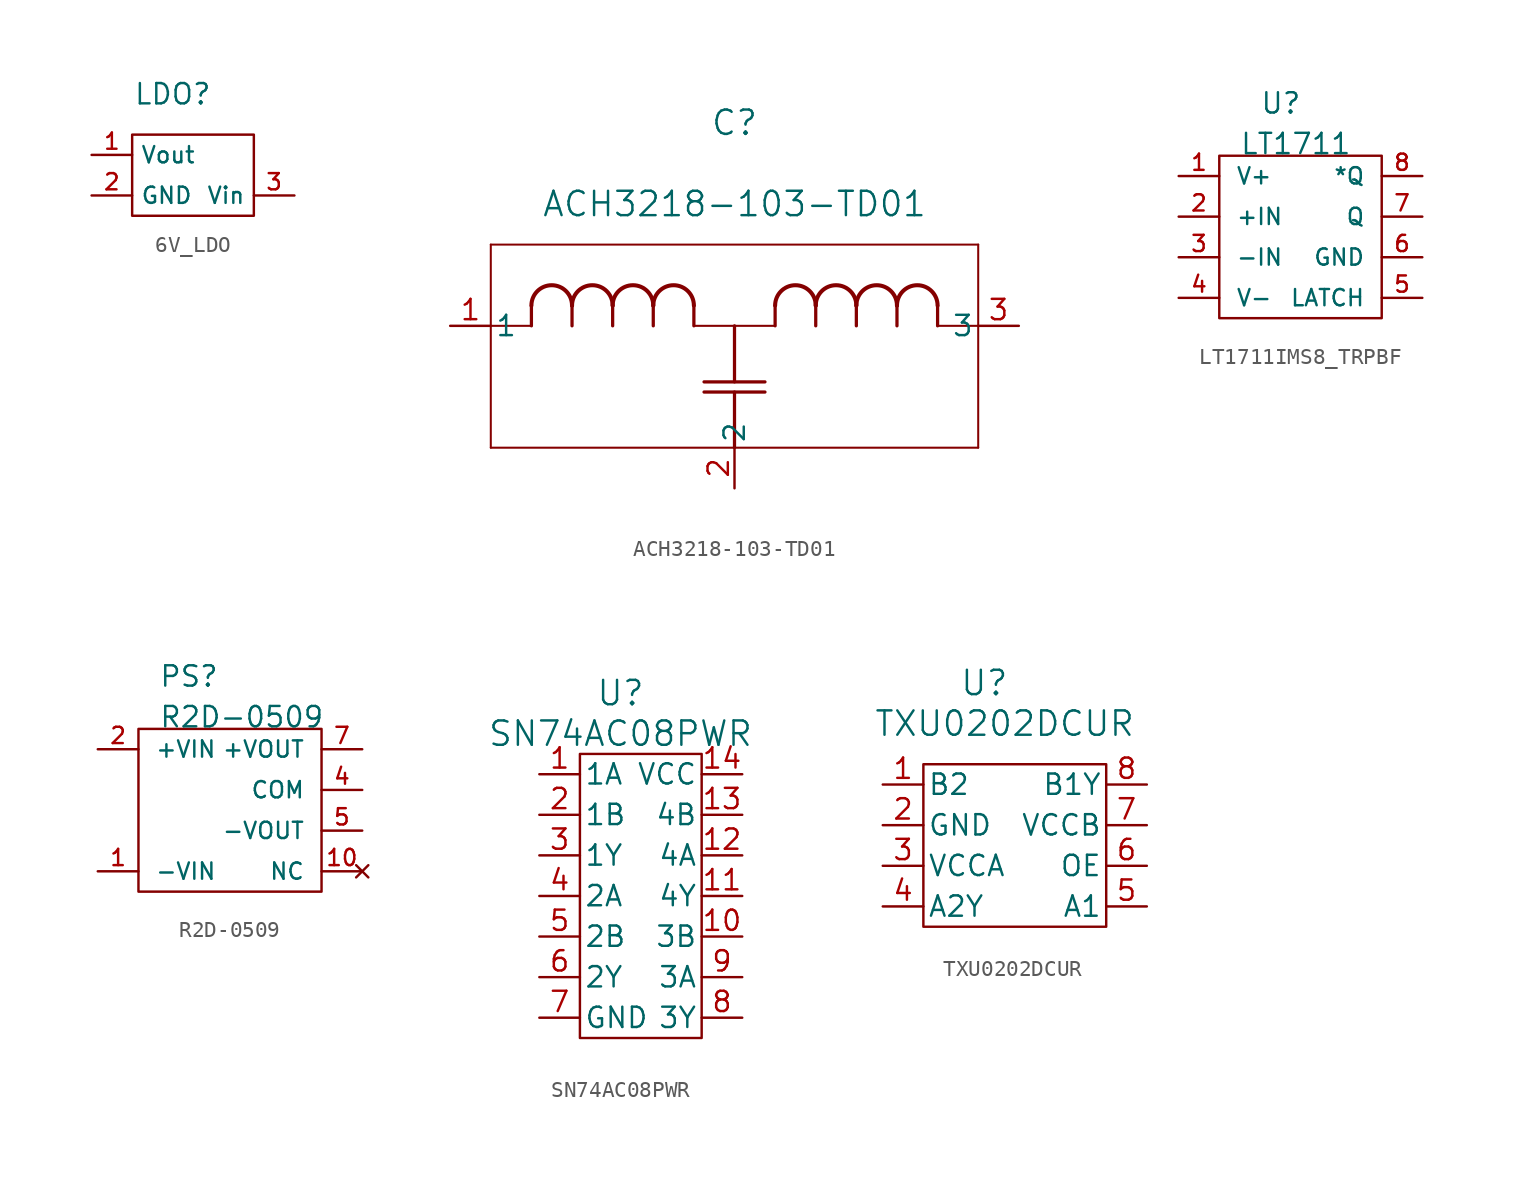
<source format=kicad_sym>
(kicad_symbol_lib
  (version 20220914)
  (generator kicad_symbol_editor)
  (symbol "6V_LDO"
    (property "Reference" "LDO"
      (at 2.54 1.27 0)
      (effects (font (size 1.27 1.27))))
    (property "Value" ""
      (at 0 0 0)
      (effects (font (size 1.27 1.27))))
    (symbol "6V_LDO_0_1"
      (rectangle (start 0 -1.27) (end 7.62 -6.35) (stroke (width 0) (type default)) (fill (type none))))
    (symbol "6V_LDO_1_0"
      (pin power_in line (at -2.54 -2.54 0) (length 2.54) (name "Vout" (effects (font (size 1.016 1.016)))) (number "1" (effects (font (size 1.016 1.016)))))
      (pin power_in line (at -2.54 -5.08 0) (length 2.54) (name "GND" (effects (font (size 1.016 1.016)))) (number "2" (effects (font (size 1.016 1.016)))))
      (pin power_in line (at 10.16 -5.08 180) (length 2.54) (name "Vin" (effects (font (size 1.016 1.016)))) (number "3" (effects (font (size 1.016 1.016)))))))
  (symbol "ACH3218-103-TD01"
    (pin_names
      (offset 0.254))
    (property "Reference" "C"
      (at 7.62 12.7 0)
      (effects (font (size 1.524 1.524))))
    (property "Value" "ACH3218-103-TD01"
      (at 7.62 7.62 0)
      (effects (font (size 1.524 1.524))))
    (property "ki_locked" ""
      (at 0 0 0)
      (effects (font (size 1.27 1.27))))
    (symbol "ACH3218-103-TD01_0_1"
      (arc (start -2.54 1.27) (mid -3.81 2.5345) (end -5.08 1.27) (stroke (width 0.254) (type default)) (fill (type none)))
      (polyline (pts (xy -7.62 -7.62) (xy -7.62 5.08)) (stroke (width 0.127) (type default)) (fill (type none)))
      (polyline (pts (xy -7.62 -7.62) (xy 22.86 -7.62)) (stroke (width 0.127) (type default)) (fill (type none)))
      (polyline (pts (xy -7.62 0) (xy -5.08 0)) (stroke (width 0.127) (type default)) (fill (type none)))
      (polyline (pts (xy -7.62 5.08) (xy 22.86 5.08)) (stroke (width 0.127) (type default)) (fill (type none)))
      (polyline (pts (xy -5.08 0) (xy -5.08 1.27)) (stroke (width 0.203) (type default)) (fill (type none)))
      (polyline (pts (xy -2.54 0) (xy -2.54 1.27)) (stroke (width 0.203) (type default)) (fill (type none)))
      (polyline (pts (xy 0 0) (xy 0 1.27)) (stroke (width 0.203) (type default)) (fill (type none)))
      (polyline (pts (xy 2.54 0) (xy 2.54 1.27)) (stroke (width 0.203) (type default)) (fill (type none)))
      (polyline (pts (xy 5.08 0) (xy 5.08 1.27)) (stroke (width 0.203) (type default)) (fill (type none)))
      (polyline (pts (xy 5.08 0) (xy 7.62 0)) (stroke (width 0.127) (type default)) (fill (type none)))
      (polyline (pts (xy 7.62 -7.62) (xy 7.62 -4.14)) (stroke (width 0.203) (type default)) (fill (type none)))
      (polyline (pts (xy 7.62 -3.505) (xy 7.62 0)) (stroke (width 0.203) (type default)) (fill (type none)))
      (polyline (pts (xy 7.62 0) (xy 10.16 0)) (stroke (width 0.127) (type default)) (fill (type none)))
      (polyline (pts (xy 9.525 -4.14) (xy 5.715 -4.14)) (stroke (width 0.203) (type default)) (fill (type none)))
      (polyline (pts (xy 9.525 -3.505) (xy 5.715 -3.505)) (stroke (width 0.203) (type default)) (fill (type none)))
      (polyline (pts (xy 10.16 0) (xy 10.16 1.27)) (stroke (width 0.203) (type default)) (fill (type none)))
      (polyline (pts (xy 12.7 0) (xy 12.7 1.27)) (stroke (width 0.203) (type default)) (fill (type none)))
      (polyline (pts (xy 15.24 0) (xy 15.24 1.27)) (stroke (width 0.203) (type default)) (fill (type none)))
      (polyline (pts (xy 17.78 0) (xy 17.78 1.27)) (stroke (width 0.203) (type default)) (fill (type none)))
      (polyline (pts (xy 20.32 0) (xy 20.32 1.27)) (stroke (width 0.203) (type default)) (fill (type none)))
      (polyline (pts (xy 20.32 0) (xy 22.86 0)) (stroke (width 0.127) (type default)) (fill (type none)))
      (polyline (pts (xy 22.86 5.08) (xy 22.86 -7.62)) (stroke (width 0.127) (type default)) (fill (type none)))
      (arc (start 0 1.27) (mid -1.27 2.5345) (end -2.54 1.27) (stroke (width 0.254) (type default)) (fill (type none)))
      (arc (start 2.54 1.27) (mid 1.27 2.5345) (end 0 1.27) (stroke (width 0.254) (type default)) (fill (type none)))
      (arc (start 5.08 1.27) (mid 3.81 2.5345) (end 2.54 1.27) (stroke (width 0.254) (type default)) (fill (type none)))
      (arc (start 12.7 1.27) (mid 11.43 2.5345) (end 10.16 1.27) (stroke (width 0.254) (type default)) (fill (type none)))
      (arc (start 15.24 1.27) (mid 13.97 2.5345) (end 12.7 1.27) (stroke (width 0.254) (type default)) (fill (type none)))
      (arc (start 17.78 1.27) (mid 16.51 2.5345) (end 15.24 1.27) (stroke (width 0.254) (type default)) (fill (type none)))
      (arc (start 20.32 1.27) (mid 19.05 2.5345) (end 17.78 1.27) (stroke (width 0.254) (type default)) (fill (type none)))
      (pin unspecified line (at -10.16 0 0) (length 2.54) (name "1" (effects (font (size 1.27 1.27)))) (number "1" (effects (font (size 1.27 1.27))))))
    (symbol "ACH3218-103-TD01_1_1"
      (pin input line (at 7.62 -10.16 90) (length 2.54) (name "2" (effects (font (size 1.27 1.27)))) (number "2" (effects (font (size 1.27 1.27)))))
      (pin input line (at 25.4 0 180) (length 2.54) (name "3" (effects (font (size 1.27 1.27)))) (number "3" (effects (font (size 1.27 1.27)))))))
  (symbol "LT1711IMS8_TRPBF"
    (pin_names
      (offset 1.016))
    (property "Reference" "U"
      (at 10.16 3.81 0)
      (effects (font (size 1.27 1.27)) (justify left bottom)))
    (property "Value" "LT1711"
      (at 8.89 1.27 0)
      (effects (font (size 1.27 1.27)) (justify left bottom)))
    (symbol "LT1711IMS8_TRPBF_0_1"
      (rectangle (start 7.62 1.27) (end 17.78 -8.89) (stroke (width 0) (type default)) (fill (type none))))
    (symbol "LT1711IMS8_TRPBF_1_0"
      (pin power_in line (at 5.08 0 0) (length 2.54) (name "V+" (effects (font (size 1.016 1.016)))) (number "1" (effects (font (size 1.016 1.016)))))
      (pin input line (at 5.08 -2.54 0) (length 2.54) (name "+IN" (effects (font (size 1.016 1.016)))) (number "2" (effects (font (size 1.016 1.016)))))
      (pin input line (at 5.08 -5.08 0) (length 2.54) (name "-IN" (effects (font (size 1.016 1.016)))) (number "3" (effects (font (size 1.016 1.016)))))
      (pin power_in line (at 5.08 -7.62 0) (length 2.54) (name "V-" (effects (font (size 1.016 1.016)))) (number "4" (effects (font (size 1.016 1.016)))))
      (pin input line (at 20.32 -7.62 180) (length 2.54) (name "LATCH" (effects (font (size 1.016 1.016)))) (number "5" (effects (font (size 1.016 1.016)))))
      (pin power_in line (at 20.32 -5.08 180) (length 2.54) (name "GND" (effects (font (size 1.016 1.016)))) (number "6" (effects (font (size 1.016 1.016)))))
      (pin output line (at 20.32 -2.54 180) (length 2.54) (name "Q" (effects (font (size 1.016 1.016)))) (number "7" (effects (font (size 1.016 1.016)))))
      (pin output line (at 20.32 0 180) (length 2.54) (name "*Q" (effects (font (size 1.016 1.016)))) (number "8" (effects (font (size 1.016 1.016)))))))
  (symbol "R2D-0509"
    (pin_names
      (offset 1.016))
    (property "Reference" "PS"
      (at -8.89 11.43 0)
      (effects (font (size 1.27 1.27)) (justify left bottom)))
    (property "Value" "R2D-0509"
      (at -8.89 8.89 0)
      (effects (font (size 1.27 1.27)) (justify left bottom)))
    (symbol "R2D-0509_0_1"
      (rectangle (start -10.16 8.89) (end 1.27 -1.27) (stroke (width 0) (type default)) (fill (type none))))
    (symbol "R2D-0509_1_0"
      (pin input line (at -12.7 0 0) (length 2.54) (name "-VIN" (effects (font (size 1.016 1.016)))) (number "1" (effects (font (size 1.016 1.016)))))
      (pin no_connect line (at 3.81 0 180) (length 2.54) (name "NC" (effects (font (size 1.016 1.016)))) (number "10" (effects (font (size 1.016 1.016)))))
      (pin input line (at -12.7 7.62 0) (length 2.54) (name "+VIN" (effects (font (size 1.016 1.016)))) (number "2" (effects (font (size 1.016 1.016)))))
      (pin power_in line (at 3.81 5.08 180) (length 2.54) (name "COM" (effects (font (size 1.016 1.016)))) (number "4" (effects (font (size 1.016 1.016)))))
      (pin output line (at 3.81 2.54 180) (length 2.54) (name "-VOUT" (effects (font (size 1.016 1.016)))) (number "5" (effects (font (size 1.016 1.016)))))
      (pin output line (at 3.81 7.62 180) (length 2.54) (name "+VOUT" (effects (font (size 1.016 1.016)))) (number "7" (effects (font (size 1.016 1.016)))))))
  (symbol "SN74AC08PWR"
    (pin_names
      (offset 0.254))
    (property "Reference" "U"
      (at 10.16 5.08 0)
      (effects (font (size 1.524 1.524))))
    (property "Value" "SN74AC08PWR"
      (at 10.16 2.54 0)
      (effects (font (size 1.524 1.524))))
    (property "ki_locked" ""
      (at 0 0 0)
      (effects (font (size 1.27 1.27))))
    (symbol "SN74AC08PWR_1_1"
      (rectangle (start 7.62 1.27) (end 15.24 -16.51) (stroke (width 0) (type default)) (fill (type none)))
      (pin input line (at 5.08 0 0) (length 2.54) (name "1A" (effects (font (size 1.27 1.27)))) (number "1" (effects (font (size 1.27 1.27)))))
      (pin input line (at 17.78 -10.16 180) (length 2.54) (name "3B" (effects (font (size 1.27 1.27)))) (number "10" (effects (font (size 1.27 1.27)))))
      (pin output line (at 17.78 -7.62 180) (length 2.54) (name "4Y" (effects (font (size 1.27 1.27)))) (number "11" (effects (font (size 1.27 1.27)))))
      (pin input line (at 17.78 -5.08 180) (length 2.54) (name "4A" (effects (font (size 1.27 1.27)))) (number "12" (effects (font (size 1.27 1.27)))))
      (pin input line (at 17.78 -2.54 180) (length 2.54) (name "4B" (effects (font (size 1.27 1.27)))) (number "13" (effects (font (size 1.27 1.27)))))
      (pin power_in line (at 17.78 0 180) (length 2.54) (name "VCC" (effects (font (size 1.27 1.27)))) (number "14" (effects (font (size 1.27 1.27)))))
      (pin input line (at 5.08 -2.54 0) (length 2.54) (name "1B" (effects (font (size 1.27 1.27)))) (number "2" (effects (font (size 1.27 1.27)))))
      (pin output line (at 5.08 -5.08 0) (length 2.54) (name "1Y" (effects (font (size 1.27 1.27)))) (number "3" (effects (font (size 1.27 1.27)))))
      (pin input line (at 5.08 -7.62 0) (length 2.54) (name "2A" (effects (font (size 1.27 1.27)))) (number "4" (effects (font (size 1.27 1.27)))))
      (pin input line (at 5.08 -10.16 0) (length 2.54) (name "2B" (effects (font (size 1.27 1.27)))) (number "5" (effects (font (size 1.27 1.27)))))
      (pin output line (at 5.08 -12.7 0) (length 2.54) (name "2Y" (effects (font (size 1.27 1.27)))) (number "6" (effects (font (size 1.27 1.27)))))
      (pin power_in line (at 5.08 -15.24 0) (length 2.54) (name "GND" (effects (font (size 1.27 1.27)))) (number "7" (effects (font (size 1.27 1.27)))))
      (pin output line (at 17.78 -15.24 180) (length 2.54) (name "3Y" (effects (font (size 1.27 1.27)))) (number "8" (effects (font (size 1.27 1.27)))))
      (pin input line (at 17.78 -12.7 180) (length 2.54) (name "3A" (effects (font (size 1.27 1.27)))) (number "9" (effects (font (size 1.27 1.27)))))))
  (symbol "TXU0202DCUR"
    (pin_names
      (offset 0.254))
    (property "Reference" "U"
      (at 11.43 6.35 0)
      (effects (font (size 1.524 1.524))))
    (property "Value" "TXU0202DCUR"
      (at 12.7 3.81 0)
      (effects (font (size 1.524 1.524))))
    (property "ki_locked" ""
      (at 0 0 0)
      (effects (font (size 1.27 1.27))))
    (symbol "TXU0202DCUR_1_1"
      (rectangle (start 7.62 1.27) (end 19.05 -8.89) (stroke (width 0) (type default)) (fill (type none)))
      (pin input line (at 5.08 0 0) (length 2.54) (name "B2" (effects (font (size 1.27 1.27)))) (number "1" (effects (font (size 1.27 1.27)))))
      (pin power_out line (at 5.08 -2.54 0) (length 2.54) (name "GND" (effects (font (size 1.27 1.27)))) (number "2" (effects (font (size 1.27 1.27)))))
      (pin power_in line (at 5.08 -5.08 0) (length 2.54) (name "VCCA" (effects (font (size 1.27 1.27)))) (number "3" (effects (font (size 1.27 1.27)))))
      (pin output line (at 5.08 -7.62 0) (length 2.54) (name "A2Y" (effects (font (size 1.27 1.27)))) (number "4" (effects (font (size 1.27 1.27)))))
      (pin input line (at 21.59 -7.62 180) (length 2.54) (name "A1" (effects (font (size 1.27 1.27)))) (number "5" (effects (font (size 1.27 1.27)))))
      (pin input line (at 21.59 -5.08 180) (length 2.54) (name "OE" (effects (font (size 1.27 1.27)))) (number "6" (effects (font (size 1.27 1.27)))))
      (pin power_in line (at 21.59 -2.54 180) (length 2.54) (name "VCCB" (effects (font (size 1.27 1.27)))) (number "7" (effects (font (size 1.27 1.27)))))
      (pin output line (at 21.59 0 180) (length 2.54) (name "B1Y" (effects (font (size 1.27 1.27)))) (number "8" (effects (font (size 1.27 1.27))))))))
</source>
